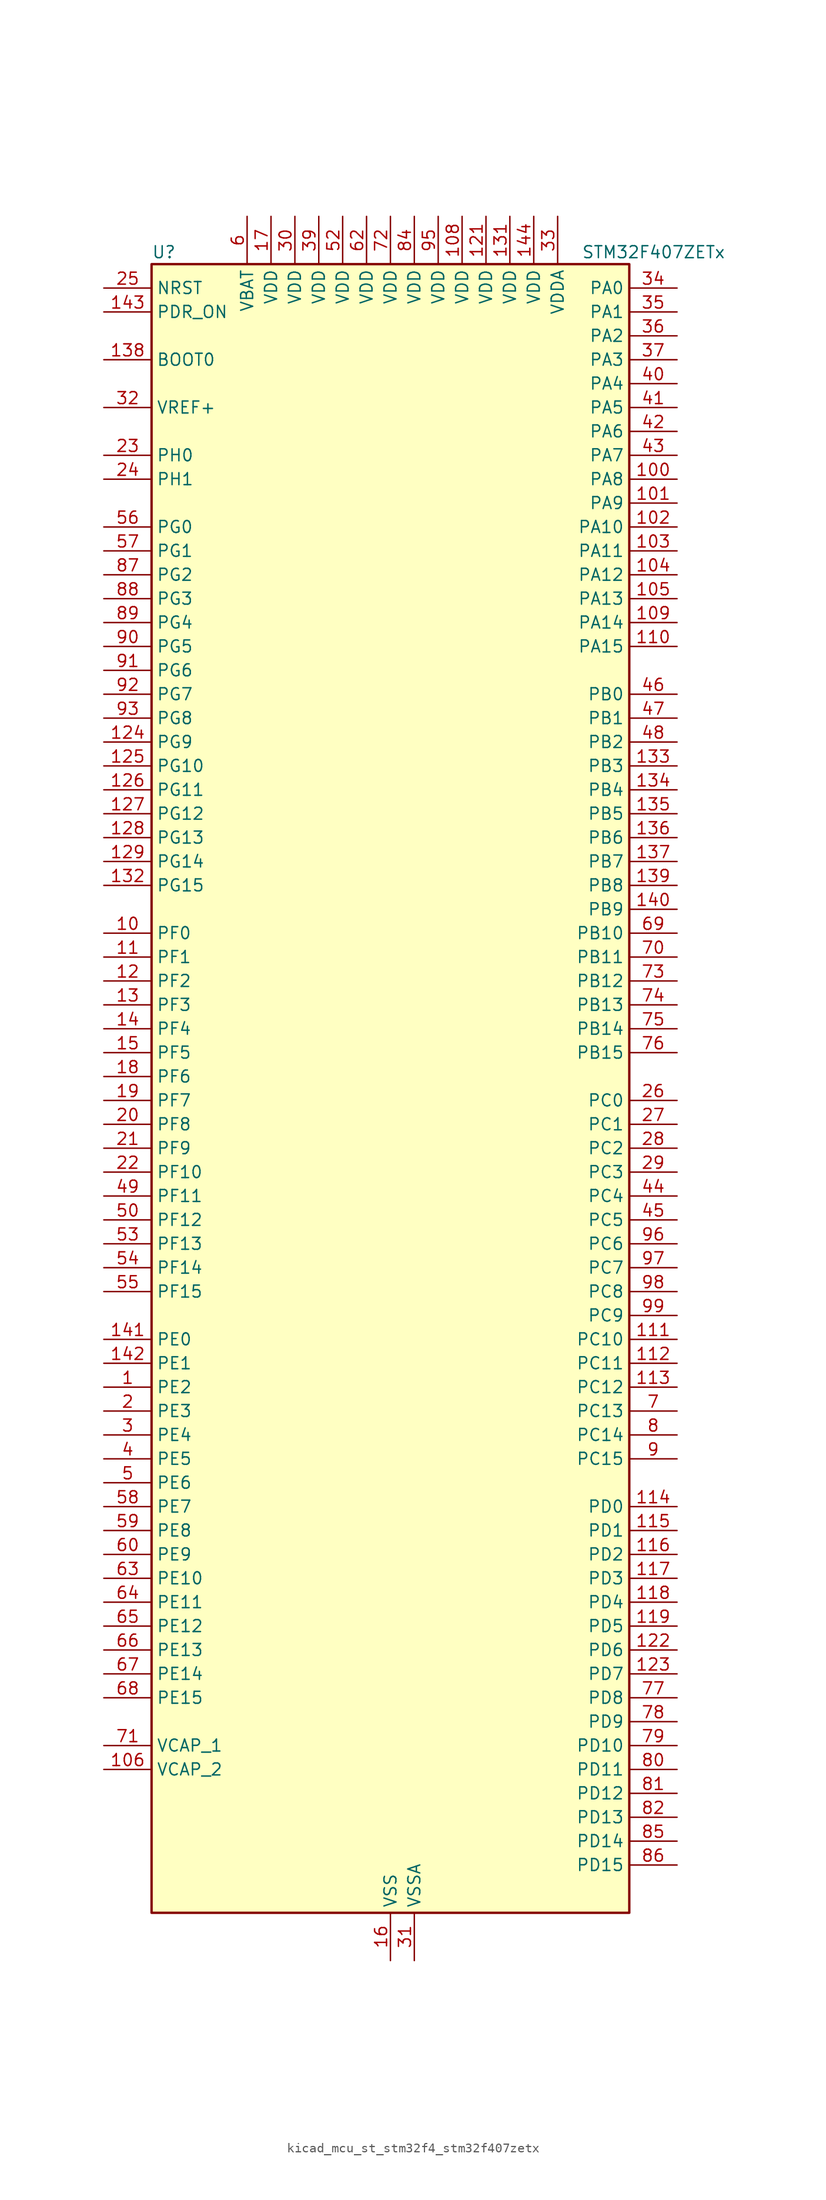
<source format=kicad_sym>
(kicad_symbol_lib
  (version 20220914)
  (generator kicad_symbol_editor)
  (symbol "kicad_mcu_st_stm32f4_stm32f407zetx"
    (property "Reference" "U"
      (at -25.4 90.17 0)
      (effects (font (size 1.27 1.27)) (justify left)))
    (property "Value" "STM32F407ZETx"
      (at 20.32 90.17 0)
      (effects (font (size 1.27 1.27)) (justify left)))
    (property "ki_locked" ""
      (at 0 0 0)
      (effects (font (size 1.27 1.27))))
    (symbol "kicad_mcu_st_stm32f4_stm32f407zetx_0_1"
      (rectangle (start -25.4 -86.36) (end 25.4 88.9) (stroke (width 0.254) (type default)) (fill (type background))))
    (symbol "kicad_mcu_st_stm32f4_stm32f407zetx_1_1"
      (pin bidirectional line (at -30.48 -30.48 0) (length 5.08) (name "PE2" (effects (font (size 1.27 1.27)))) (number "1" (effects (font (size 1.27 1.27)))) (alternate "ETH_TXD3" bidirectional line) (alternate "FSMC_A23" bidirectional line) (alternate "SYS_TRACECLK" bidirectional line))
      (pin bidirectional line (at -30.48 17.78 0) (length 5.08) (name "PF0" (effects (font (size 1.27 1.27)))) (number "10" (effects (font (size 1.27 1.27)))) (alternate "FSMC_A0" bidirectional line) (alternate "I2C2_SDA" bidirectional line))
      (pin bidirectional line (at 30.48 66.04 180) (length 5.08) (name "PA8" (effects (font (size 1.27 1.27)))) (number "100" (effects (font (size 1.27 1.27)))) (alternate "I2C3_SCL" bidirectional line) (alternate "RCC_MCO_1" bidirectional line) (alternate "TIM1_CH1" bidirectional line) (alternate "USART1_CK" bidirectional line) (alternate "USB_OTG_FS_SOF" bidirectional line))
      (pin bidirectional line (at 30.48 63.5 180) (length 5.08) (name "PA9" (effects (font (size 1.27 1.27)))) (number "101" (effects (font (size 1.27 1.27)))) (alternate "DAC_EXTI9" bidirectional line) (alternate "DCMI_D0" bidirectional line) (alternate "I2C3_SMBA" bidirectional line) (alternate "TIM1_CH2" bidirectional line) (alternate "USART1_TX" bidirectional line) (alternate "USB_OTG_FS_VBUS" bidirectional line))
      (pin bidirectional line (at 30.48 60.96 180) (length 5.08) (name "PA10" (effects (font (size 1.27 1.27)))) (number "102" (effects (font (size 1.27 1.27)))) (alternate "DCMI_D1" bidirectional line) (alternate "TIM1_CH3" bidirectional line) (alternate "USART1_RX" bidirectional line) (alternate "USB_OTG_FS_ID" bidirectional line))
      (pin bidirectional line (at 30.48 58.42 180) (length 5.08) (name "PA11" (effects (font (size 1.27 1.27)))) (number "103" (effects (font (size 1.27 1.27)))) (alternate "ADC1_EXTI11" bidirectional line) (alternate "ADC2_EXTI11" bidirectional line) (alternate "ADC3_EXTI11" bidirectional line) (alternate "CAN1_RX" bidirectional line) (alternate "TIM1_CH4" bidirectional line) (alternate "USART1_CTS" bidirectional line) (alternate "USB_OTG_FS_DM" bidirectional line))
      (pin bidirectional line (at 30.48 55.88 180) (length 5.08) (name "PA12" (effects (font (size 1.27 1.27)))) (number "104" (effects (font (size 1.27 1.27)))) (alternate "CAN1_TX" bidirectional line) (alternate "TIM1_ETR" bidirectional line) (alternate "USART1_RTS" bidirectional line) (alternate "USB_OTG_FS_DP" bidirectional line))
      (pin bidirectional line (at 30.48 53.34 180) (length 5.08) (name "PA13" (effects (font (size 1.27 1.27)))) (number "105" (effects (font (size 1.27 1.27)))) (alternate "SYS_JTMS-SWDIO" bidirectional line))
      (pin power_out line (at -30.48 -71.12 0) (length 5.08) (name "VCAP_2" (effects (font (size 1.27 1.27)))) (number "106" (effects (font (size 1.27 1.27)))))
      (pin passive line (at 0 -91.44 90) (length 5.08) hide (name "VSS" (effects (font (size 1.27 1.27)))) (number "107" (effects (font (size 1.27 1.27)))))
      (pin power_in line (at 7.62 93.98 270) (length 5.08) (name "VDD" (effects (font (size 1.27 1.27)))) (number "108" (effects (font (size 1.27 1.27)))))
      (pin bidirectional line (at 30.48 50.8 180) (length 5.08) (name "PA14" (effects (font (size 1.27 1.27)))) (number "109" (effects (font (size 1.27 1.27)))) (alternate "SYS_JTCK-SWCLK" bidirectional line))
      (pin bidirectional line (at -30.48 15.24 0) (length 5.08) (name "PF1" (effects (font (size 1.27 1.27)))) (number "11" (effects (font (size 1.27 1.27)))) (alternate "FSMC_A1" bidirectional line) (alternate "I2C2_SCL" bidirectional line))
      (pin bidirectional line (at 30.48 48.26 180) (length 5.08) (name "PA15" (effects (font (size 1.27 1.27)))) (number "110" (effects (font (size 1.27 1.27)))) (alternate "ADC1_EXTI15" bidirectional line) (alternate "ADC2_EXTI15" bidirectional line) (alternate "ADC3_EXTI15" bidirectional line) (alternate "I2S3_WS" bidirectional line) (alternate "SPI1_NSS" bidirectional line) (alternate "SPI3_NSS" bidirectional line) (alternate "SYS_JTDI" bidirectional line) (alternate "TIM2_CH1" bidirectional line) (alternate "TIM2_ETR" bidirectional line))
      (pin bidirectional line (at 30.48 -25.4 180) (length 5.08) (name "PC10" (effects (font (size 1.27 1.27)))) (number "111" (effects (font (size 1.27 1.27)))) (alternate "DCMI_D8" bidirectional line) (alternate "I2S3_CK" bidirectional line) (alternate "SDIO_D2" bidirectional line) (alternate "SPI3_SCK" bidirectional line) (alternate "UART4_TX" bidirectional line) (alternate "USART3_TX" bidirectional line))
      (pin bidirectional line (at 30.48 -27.94 180) (length 5.08) (name "PC11" (effects (font (size 1.27 1.27)))) (number "112" (effects (font (size 1.27 1.27)))) (alternate "ADC1_EXTI11" bidirectional line) (alternate "ADC2_EXTI11" bidirectional line) (alternate "ADC3_EXTI11" bidirectional line) (alternate "DCMI_D4" bidirectional line) (alternate "I2S3_ext_SD" bidirectional line) (alternate "SDIO_D3" bidirectional line) (alternate "SPI3_MISO" bidirectional line) (alternate "UART4_RX" bidirectional line) (alternate "USART3_RX" bidirectional line))
      (pin bidirectional line (at 30.48 -30.48 180) (length 5.08) (name "PC12" (effects (font (size 1.27 1.27)))) (number "113" (effects (font (size 1.27 1.27)))) (alternate "DCMI_D9" bidirectional line) (alternate "I2S3_SD" bidirectional line) (alternate "SDIO_CK" bidirectional line) (alternate "SPI3_MOSI" bidirectional line) (alternate "UART5_TX" bidirectional line) (alternate "USART3_CK" bidirectional line))
      (pin bidirectional line (at 30.48 -43.18 180) (length 5.08) (name "PD0" (effects (font (size 1.27 1.27)))) (number "114" (effects (font (size 1.27 1.27)))) (alternate "CAN1_RX" bidirectional line) (alternate "FSMC_D2" bidirectional line) (alternate "FSMC_DA2" bidirectional line))
      (pin bidirectional line (at 30.48 -45.72 180) (length 5.08) (name "PD1" (effects (font (size 1.27 1.27)))) (number "115" (effects (font (size 1.27 1.27)))) (alternate "CAN1_TX" bidirectional line) (alternate "FSMC_D3" bidirectional line) (alternate "FSMC_DA3" bidirectional line))
      (pin bidirectional line (at 30.48 -48.26 180) (length 5.08) (name "PD2" (effects (font (size 1.27 1.27)))) (number "116" (effects (font (size 1.27 1.27)))) (alternate "DCMI_D11" bidirectional line) (alternate "SDIO_CMD" bidirectional line) (alternate "TIM3_ETR" bidirectional line) (alternate "UART5_RX" bidirectional line))
      (pin bidirectional line (at 30.48 -50.8 180) (length 5.08) (name "PD3" (effects (font (size 1.27 1.27)))) (number "117" (effects (font (size 1.27 1.27)))) (alternate "FSMC_CLK" bidirectional line) (alternate "USART2_CTS" bidirectional line))
      (pin bidirectional line (at 30.48 -53.34 180) (length 5.08) (name "PD4" (effects (font (size 1.27 1.27)))) (number "118" (effects (font (size 1.27 1.27)))) (alternate "FSMC_NOE" bidirectional line) (alternate "USART2_RTS" bidirectional line))
      (pin bidirectional line (at 30.48 -55.88 180) (length 5.08) (name "PD5" (effects (font (size 1.27 1.27)))) (number "119" (effects (font (size 1.27 1.27)))) (alternate "FSMC_NWE" bidirectional line) (alternate "USART2_TX" bidirectional line))
      (pin bidirectional line (at -30.48 12.7 0) (length 5.08) (name "PF2" (effects (font (size 1.27 1.27)))) (number "12" (effects (font (size 1.27 1.27)))) (alternate "FSMC_A2" bidirectional line) (alternate "I2C2_SMBA" bidirectional line))
      (pin passive line (at 0 -91.44 90) (length 5.08) hide (name "VSS" (effects (font (size 1.27 1.27)))) (number "120" (effects (font (size 1.27 1.27)))))
      (pin power_in line (at 10.16 93.98 270) (length 5.08) (name "VDD" (effects (font (size 1.27 1.27)))) (number "121" (effects (font (size 1.27 1.27)))))
      (pin bidirectional line (at 30.48 -58.42 180) (length 5.08) (name "PD6" (effects (font (size 1.27 1.27)))) (number "122" (effects (font (size 1.27 1.27)))) (alternate "FSMC_NWAIT" bidirectional line) (alternate "USART2_RX" bidirectional line))
      (pin bidirectional line (at 30.48 -60.96 180) (length 5.08) (name "PD7" (effects (font (size 1.27 1.27)))) (number "123" (effects (font (size 1.27 1.27)))) (alternate "FSMC_NCE2" bidirectional line) (alternate "FSMC_NE1" bidirectional line) (alternate "USART2_CK" bidirectional line))
      (pin bidirectional line (at -30.48 38.1 0) (length 5.08) (name "PG9" (effects (font (size 1.27 1.27)))) (number "124" (effects (font (size 1.27 1.27)))) (alternate "DAC_EXTI9" bidirectional line) (alternate "FSMC_NCE3" bidirectional line) (alternate "FSMC_NE2" bidirectional line) (alternate "USART6_RX" bidirectional line))
      (pin bidirectional line (at -30.48 35.56 0) (length 5.08) (name "PG10" (effects (font (size 1.27 1.27)))) (number "125" (effects (font (size 1.27 1.27)))) (alternate "FSMC_NCE4_1" bidirectional line) (alternate "FSMC_NE3" bidirectional line))
      (pin bidirectional line (at -30.48 33.02 0) (length 5.08) (name "PG11" (effects (font (size 1.27 1.27)))) (number "126" (effects (font (size 1.27 1.27)))) (alternate "ADC1_EXTI11" bidirectional line) (alternate "ADC2_EXTI11" bidirectional line) (alternate "ADC3_EXTI11" bidirectional line) (alternate "ETH_TX_EN" bidirectional line) (alternate "FSMC_NCE4_2" bidirectional line))
      (pin bidirectional line (at -30.48 30.48 0) (length 5.08) (name "PG12" (effects (font (size 1.27 1.27)))) (number "127" (effects (font (size 1.27 1.27)))) (alternate "FSMC_NE4" bidirectional line) (alternate "USART6_RTS" bidirectional line))
      (pin bidirectional line (at -30.48 27.94 0) (length 5.08) (name "PG13" (effects (font (size 1.27 1.27)))) (number "128" (effects (font (size 1.27 1.27)))) (alternate "ETH_TXD0" bidirectional line) (alternate "FSMC_A24" bidirectional line) (alternate "USART6_CTS" bidirectional line))
      (pin bidirectional line (at -30.48 25.4 0) (length 5.08) (name "PG14" (effects (font (size 1.27 1.27)))) (number "129" (effects (font (size 1.27 1.27)))) (alternate "ETH_TXD1" bidirectional line) (alternate "FSMC_A25" bidirectional line) (alternate "USART6_TX" bidirectional line))
      (pin bidirectional line (at -30.48 10.16 0) (length 5.08) (name "PF3" (effects (font (size 1.27 1.27)))) (number "13" (effects (font (size 1.27 1.27)))) (alternate "ADC3_IN9" bidirectional line) (alternate "FSMC_A3" bidirectional line))
      (pin passive line (at 0 -91.44 90) (length 5.08) hide (name "VSS" (effects (font (size 1.27 1.27)))) (number "130" (effects (font (size 1.27 1.27)))))
      (pin power_in line (at 12.7 93.98 270) (length 5.08) (name "VDD" (effects (font (size 1.27 1.27)))) (number "131" (effects (font (size 1.27 1.27)))))
      (pin bidirectional line (at -30.48 22.86 0) (length 5.08) (name "PG15" (effects (font (size 1.27 1.27)))) (number "132" (effects (font (size 1.27 1.27)))) (alternate "ADC1_EXTI15" bidirectional line) (alternate "ADC2_EXTI15" bidirectional line) (alternate "ADC3_EXTI15" bidirectional line) (alternate "DCMI_D13" bidirectional line) (alternate "USART6_CTS" bidirectional line))
      (pin bidirectional line (at 30.48 35.56 180) (length 5.08) (name "PB3" (effects (font (size 1.27 1.27)))) (number "133" (effects (font (size 1.27 1.27)))) (alternate "I2S3_CK" bidirectional line) (alternate "SPI1_SCK" bidirectional line) (alternate "SPI3_SCK" bidirectional line) (alternate "SYS_JTDO-SWO" bidirectional line) (alternate "TIM2_CH2" bidirectional line))
      (pin bidirectional line (at 30.48 33.02 180) (length 5.08) (name "PB4" (effects (font (size 1.27 1.27)))) (number "134" (effects (font (size 1.27 1.27)))) (alternate "I2S3_ext_SD" bidirectional line) (alternate "SPI1_MISO" bidirectional line) (alternate "SPI3_MISO" bidirectional line) (alternate "SYS_JTRST" bidirectional line) (alternate "TIM3_CH1" bidirectional line))
      (pin bidirectional line (at 30.48 30.48 180) (length 5.08) (name "PB5" (effects (font (size 1.27 1.27)))) (number "135" (effects (font (size 1.27 1.27)))) (alternate "CAN2_RX" bidirectional line) (alternate "DCMI_D10" bidirectional line) (alternate "ETH_PPS_OUT" bidirectional line) (alternate "I2C1_SMBA" bidirectional line) (alternate "I2S3_SD" bidirectional line) (alternate "SPI1_MOSI" bidirectional line) (alternate "SPI3_MOSI" bidirectional line) (alternate "TIM3_CH2" bidirectional line) (alternate "USB_OTG_HS_ULPI_D7" bidirectional line))
      (pin bidirectional line (at 30.48 27.94 180) (length 5.08) (name "PB6" (effects (font (size 1.27 1.27)))) (number "136" (effects (font (size 1.27 1.27)))) (alternate "CAN2_TX" bidirectional line) (alternate "DCMI_D5" bidirectional line) (alternate "I2C1_SCL" bidirectional line) (alternate "TIM4_CH1" bidirectional line) (alternate "USART1_TX" bidirectional line))
      (pin bidirectional line (at 30.48 25.4 180) (length 5.08) (name "PB7" (effects (font (size 1.27 1.27)))) (number "137" (effects (font (size 1.27 1.27)))) (alternate "DCMI_VSYNC" bidirectional line) (alternate "FSMC_NL" bidirectional line) (alternate "I2C1_SDA" bidirectional line) (alternate "TIM4_CH2" bidirectional line) (alternate "USART1_RX" bidirectional line))
      (pin input line (at -30.48 78.74 0) (length 5.08) (name "BOOT0" (effects (font (size 1.27 1.27)))) (number "138" (effects (font (size 1.27 1.27)))))
      (pin bidirectional line (at 30.48 22.86 180) (length 5.08) (name "PB8" (effects (font (size 1.27 1.27)))) (number "139" (effects (font (size 1.27 1.27)))) (alternate "CAN1_RX" bidirectional line) (alternate "DCMI_D6" bidirectional line) (alternate "ETH_TXD3" bidirectional line) (alternate "I2C1_SCL" bidirectional line) (alternate "SDIO_D4" bidirectional line) (alternate "TIM10_CH1" bidirectional line) (alternate "TIM4_CH3" bidirectional line))
      (pin bidirectional line (at -30.48 7.62 0) (length 5.08) (name "PF4" (effects (font (size 1.27 1.27)))) (number "14" (effects (font (size 1.27 1.27)))) (alternate "ADC3_IN14" bidirectional line) (alternate "FSMC_A4" bidirectional line))
      (pin bidirectional line (at 30.48 20.32 180) (length 5.08) (name "PB9" (effects (font (size 1.27 1.27)))) (number "140" (effects (font (size 1.27 1.27)))) (alternate "CAN1_TX" bidirectional line) (alternate "DAC_EXTI9" bidirectional line) (alternate "DCMI_D7" bidirectional line) (alternate "I2C1_SDA" bidirectional line) (alternate "I2S2_WS" bidirectional line) (alternate "SDIO_D5" bidirectional line) (alternate "SPI2_NSS" bidirectional line) (alternate "TIM11_CH1" bidirectional line) (alternate "TIM4_CH4" bidirectional line))
      (pin bidirectional line (at -30.48 -25.4 0) (length 5.08) (name "PE0" (effects (font (size 1.27 1.27)))) (number "141" (effects (font (size 1.27 1.27)))) (alternate "DCMI_D2" bidirectional line) (alternate "FSMC_NBL0" bidirectional line) (alternate "TIM4_ETR" bidirectional line))
      (pin bidirectional line (at -30.48 -27.94 0) (length 5.08) (name "PE1" (effects (font (size 1.27 1.27)))) (number "142" (effects (font (size 1.27 1.27)))) (alternate "DCMI_D3" bidirectional line) (alternate "FSMC_NBL1" bidirectional line))
      (pin input line (at -30.48 83.82 0) (length 5.08) (name "PDR_ON" (effects (font (size 1.27 1.27)))) (number "143" (effects (font (size 1.27 1.27)))))
      (pin power_in line (at 15.24 93.98 270) (length 5.08) (name "VDD" (effects (font (size 1.27 1.27)))) (number "144" (effects (font (size 1.27 1.27)))))
      (pin bidirectional line (at -30.48 5.08 0) (length 5.08) (name "PF5" (effects (font (size 1.27 1.27)))) (number "15" (effects (font (size 1.27 1.27)))) (alternate "ADC3_IN15" bidirectional line) (alternate "FSMC_A5" bidirectional line))
      (pin power_in line (at 0 -91.44 90) (length 5.08) (name "VSS" (effects (font (size 1.27 1.27)))) (number "16" (effects (font (size 1.27 1.27)))))
      (pin power_in line (at -12.7 93.98 270) (length 5.08) (name "VDD" (effects (font (size 1.27 1.27)))) (number "17" (effects (font (size 1.27 1.27)))))
      (pin bidirectional line (at -30.48 2.54 0) (length 5.08) (name "PF6" (effects (font (size 1.27 1.27)))) (number "18" (effects (font (size 1.27 1.27)))) (alternate "ADC3_IN4" bidirectional line) (alternate "FSMC_NIORD" bidirectional line) (alternate "TIM10_CH1" bidirectional line))
      (pin bidirectional line (at -30.48 0 0) (length 5.08) (name "PF7" (effects (font (size 1.27 1.27)))) (number "19" (effects (font (size 1.27 1.27)))) (alternate "ADC3_IN5" bidirectional line) (alternate "FSMC_NREG" bidirectional line) (alternate "TIM11_CH1" bidirectional line))
      (pin bidirectional line (at -30.48 -33.02 0) (length 5.08) (name "PE3" (effects (font (size 1.27 1.27)))) (number "2" (effects (font (size 1.27 1.27)))) (alternate "FSMC_A19" bidirectional line) (alternate "SYS_TRACED0" bidirectional line))
      (pin bidirectional line (at -30.48 -2.54 0) (length 5.08) (name "PF8" (effects (font (size 1.27 1.27)))) (number "20" (effects (font (size 1.27 1.27)))) (alternate "ADC3_IN6" bidirectional line) (alternate "FSMC_NIOWR" bidirectional line) (alternate "TIM13_CH1" bidirectional line))
      (pin bidirectional line (at -30.48 -5.08 0) (length 5.08) (name "PF9" (effects (font (size 1.27 1.27)))) (number "21" (effects (font (size 1.27 1.27)))) (alternate "ADC3_IN7" bidirectional line) (alternate "DAC_EXTI9" bidirectional line) (alternate "FSMC_CD" bidirectional line) (alternate "TIM14_CH1" bidirectional line))
      (pin bidirectional line (at -30.48 -7.62 0) (length 5.08) (name "PF10" (effects (font (size 1.27 1.27)))) (number "22" (effects (font (size 1.27 1.27)))) (alternate "ADC3_IN8" bidirectional line) (alternate "FSMC_INTR" bidirectional line))
      (pin bidirectional line (at -30.48 68.58 0) (length 5.08) (name "PH0" (effects (font (size 1.27 1.27)))) (number "23" (effects (font (size 1.27 1.27)))) (alternate "RCC_OSC_IN" bidirectional line))
      (pin bidirectional line (at -30.48 66.04 0) (length 5.08) (name "PH1" (effects (font (size 1.27 1.27)))) (number "24" (effects (font (size 1.27 1.27)))) (alternate "RCC_OSC_OUT" bidirectional line))
      (pin input line (at -30.48 86.36 0) (length 5.08) (name "NRST" (effects (font (size 1.27 1.27)))) (number "25" (effects (font (size 1.27 1.27)))))
      (pin bidirectional line (at 30.48 0 180) (length 5.08) (name "PC0" (effects (font (size 1.27 1.27)))) (number "26" (effects (font (size 1.27 1.27)))) (alternate "ADC1_IN10" bidirectional line) (alternate "ADC2_IN10" bidirectional line) (alternate "ADC3_IN10" bidirectional line) (alternate "USB_OTG_HS_ULPI_STP" bidirectional line))
      (pin bidirectional line (at 30.48 -2.54 180) (length 5.08) (name "PC1" (effects (font (size 1.27 1.27)))) (number "27" (effects (font (size 1.27 1.27)))) (alternate "ADC1_IN11" bidirectional line) (alternate "ADC2_IN11" bidirectional line) (alternate "ADC3_IN11" bidirectional line) (alternate "ETH_MDC" bidirectional line))
      (pin bidirectional line (at 30.48 -5.08 180) (length 5.08) (name "PC2" (effects (font (size 1.27 1.27)))) (number "28" (effects (font (size 1.27 1.27)))) (alternate "ADC1_IN12" bidirectional line) (alternate "ADC2_IN12" bidirectional line) (alternate "ADC3_IN12" bidirectional line) (alternate "ETH_TXD2" bidirectional line) (alternate "I2S2_ext_SD" bidirectional line) (alternate "SPI2_MISO" bidirectional line) (alternate "USB_OTG_HS_ULPI_DIR" bidirectional line))
      (pin bidirectional line (at 30.48 -7.62 180) (length 5.08) (name "PC3" (effects (font (size 1.27 1.27)))) (number "29" (effects (font (size 1.27 1.27)))) (alternate "ADC1_IN13" bidirectional line) (alternate "ADC2_IN13" bidirectional line) (alternate "ADC3_IN13" bidirectional line) (alternate "ETH_TX_CLK" bidirectional line) (alternate "I2S2_SD" bidirectional line) (alternate "SPI2_MOSI" bidirectional line) (alternate "USB_OTG_HS_ULPI_NXT" bidirectional line))
      (pin bidirectional line (at -30.48 -35.56 0) (length 5.08) (name "PE4" (effects (font (size 1.27 1.27)))) (number "3" (effects (font (size 1.27 1.27)))) (alternate "DCMI_D4" bidirectional line) (alternate "FSMC_A20" bidirectional line) (alternate "SYS_TRACED1" bidirectional line))
      (pin power_in line (at -10.16 93.98 270) (length 5.08) (name "VDD" (effects (font (size 1.27 1.27)))) (number "30" (effects (font (size 1.27 1.27)))))
      (pin power_in line (at 2.54 -91.44 90) (length 5.08) (name "VSSA" (effects (font (size 1.27 1.27)))) (number "31" (effects (font (size 1.27 1.27)))))
      (pin input line (at -30.48 73.66 0) (length 5.08) (name "VREF+" (effects (font (size 1.27 1.27)))) (number "32" (effects (font (size 1.27 1.27)))))
      (pin power_in line (at 17.78 93.98 270) (length 5.08) (name "VDDA" (effects (font (size 1.27 1.27)))) (number "33" (effects (font (size 1.27 1.27)))))
      (pin bidirectional line (at 30.48 86.36 180) (length 5.08) (name "PA0" (effects (font (size 1.27 1.27)))) (number "34" (effects (font (size 1.27 1.27)))) (alternate "ADC1_IN0" bidirectional line) (alternate "ADC2_IN0" bidirectional line) (alternate "ADC3_IN0" bidirectional line) (alternate "ETH_CRS" bidirectional line) (alternate "SYS_WKUP" bidirectional line) (alternate "TIM2_CH1" bidirectional line) (alternate "TIM2_ETR" bidirectional line) (alternate "TIM5_CH1" bidirectional line) (alternate "TIM8_ETR" bidirectional line) (alternate "UART4_TX" bidirectional line) (alternate "USART2_CTS" bidirectional line))
      (pin bidirectional line (at 30.48 83.82 180) (length 5.08) (name "PA1" (effects (font (size 1.27 1.27)))) (number "35" (effects (font (size 1.27 1.27)))) (alternate "ADC1_IN1" bidirectional line) (alternate "ADC2_IN1" bidirectional line) (alternate "ADC3_IN1" bidirectional line) (alternate "ETH_REF_CLK" bidirectional line) (alternate "ETH_RX_CLK" bidirectional line) (alternate "TIM2_CH2" bidirectional line) (alternate "TIM5_CH2" bidirectional line) (alternate "UART4_RX" bidirectional line) (alternate "USART2_RTS" bidirectional line))
      (pin bidirectional line (at 30.48 81.28 180) (length 5.08) (name "PA2" (effects (font (size 1.27 1.27)))) (number "36" (effects (font (size 1.27 1.27)))) (alternate "ADC1_IN2" bidirectional line) (alternate "ADC2_IN2" bidirectional line) (alternate "ADC3_IN2" bidirectional line) (alternate "ETH_MDIO" bidirectional line) (alternate "TIM2_CH3" bidirectional line) (alternate "TIM5_CH3" bidirectional line) (alternate "TIM9_CH1" bidirectional line) (alternate "USART2_TX" bidirectional line))
      (pin bidirectional line (at 30.48 78.74 180) (length 5.08) (name "PA3" (effects (font (size 1.27 1.27)))) (number "37" (effects (font (size 1.27 1.27)))) (alternate "ADC1_IN3" bidirectional line) (alternate "ADC2_IN3" bidirectional line) (alternate "ADC3_IN3" bidirectional line) (alternate "ETH_COL" bidirectional line) (alternate "TIM2_CH4" bidirectional line) (alternate "TIM5_CH4" bidirectional line) (alternate "TIM9_CH2" bidirectional line) (alternate "USART2_RX" bidirectional line) (alternate "USB_OTG_HS_ULPI_D0" bidirectional line))
      (pin passive line (at 0 -91.44 90) (length 5.08) hide (name "VSS" (effects (font (size 1.27 1.27)))) (number "38" (effects (font (size 1.27 1.27)))))
      (pin power_in line (at -7.62 93.98 270) (length 5.08) (name "VDD" (effects (font (size 1.27 1.27)))) (number "39" (effects (font (size 1.27 1.27)))))
      (pin bidirectional line (at -30.48 -38.1 0) (length 5.08) (name "PE5" (effects (font (size 1.27 1.27)))) (number "4" (effects (font (size 1.27 1.27)))) (alternate "DCMI_D6" bidirectional line) (alternate "FSMC_A21" bidirectional line) (alternate "SYS_TRACED2" bidirectional line) (alternate "TIM9_CH1" bidirectional line))
      (pin bidirectional line (at 30.48 76.2 180) (length 5.08) (name "PA4" (effects (font (size 1.27 1.27)))) (number "40" (effects (font (size 1.27 1.27)))) (alternate "ADC1_IN4" bidirectional line) (alternate "ADC2_IN4" bidirectional line) (alternate "DAC_OUT1" bidirectional line) (alternate "DCMI_HSYNC" bidirectional line) (alternate "I2S3_WS" bidirectional line) (alternate "SPI1_NSS" bidirectional line) (alternate "SPI3_NSS" bidirectional line) (alternate "USART2_CK" bidirectional line) (alternate "USB_OTG_HS_SOF" bidirectional line))
      (pin bidirectional line (at 30.48 73.66 180) (length 5.08) (name "PA5" (effects (font (size 1.27 1.27)))) (number "41" (effects (font (size 1.27 1.27)))) (alternate "ADC1_IN5" bidirectional line) (alternate "ADC2_IN5" bidirectional line) (alternate "DAC_OUT2" bidirectional line) (alternate "SPI1_SCK" bidirectional line) (alternate "TIM2_CH1" bidirectional line) (alternate "TIM2_ETR" bidirectional line) (alternate "TIM8_CH1N" bidirectional line) (alternate "USB_OTG_HS_ULPI_CK" bidirectional line))
      (pin bidirectional line (at 30.48 71.12 180) (length 5.08) (name "PA6" (effects (font (size 1.27 1.27)))) (number "42" (effects (font (size 1.27 1.27)))) (alternate "ADC1_IN6" bidirectional line) (alternate "ADC2_IN6" bidirectional line) (alternate "DCMI_PIXCLK" bidirectional line) (alternate "SPI1_MISO" bidirectional line) (alternate "TIM13_CH1" bidirectional line) (alternate "TIM1_BKIN" bidirectional line) (alternate "TIM3_CH1" bidirectional line) (alternate "TIM8_BKIN" bidirectional line))
      (pin bidirectional line (at 30.48 68.58 180) (length 5.08) (name "PA7" (effects (font (size 1.27 1.27)))) (number "43" (effects (font (size 1.27 1.27)))) (alternate "ADC1_IN7" bidirectional line) (alternate "ADC2_IN7" bidirectional line) (alternate "ETH_CRS_DV" bidirectional line) (alternate "ETH_RX_DV" bidirectional line) (alternate "SPI1_MOSI" bidirectional line) (alternate "TIM14_CH1" bidirectional line) (alternate "TIM1_CH1N" bidirectional line) (alternate "TIM3_CH2" bidirectional line) (alternate "TIM8_CH1N" bidirectional line))
      (pin bidirectional line (at 30.48 -10.16 180) (length 5.08) (name "PC4" (effects (font (size 1.27 1.27)))) (number "44" (effects (font (size 1.27 1.27)))) (alternate "ADC1_IN14" bidirectional line) (alternate "ADC2_IN14" bidirectional line) (alternate "ETH_RXD0" bidirectional line))
      (pin bidirectional line (at 30.48 -12.7 180) (length 5.08) (name "PC5" (effects (font (size 1.27 1.27)))) (number "45" (effects (font (size 1.27 1.27)))) (alternate "ADC1_IN15" bidirectional line) (alternate "ADC2_IN15" bidirectional line) (alternate "ETH_RXD1" bidirectional line))
      (pin bidirectional line (at 30.48 43.18 180) (length 5.08) (name "PB0" (effects (font (size 1.27 1.27)))) (number "46" (effects (font (size 1.27 1.27)))) (alternate "ADC1_IN8" bidirectional line) (alternate "ADC2_IN8" bidirectional line) (alternate "ETH_RXD2" bidirectional line) (alternate "TIM1_CH2N" bidirectional line) (alternate "TIM3_CH3" bidirectional line) (alternate "TIM8_CH2N" bidirectional line) (alternate "USB_OTG_HS_ULPI_D1" bidirectional line))
      (pin bidirectional line (at 30.48 40.64 180) (length 5.08) (name "PB1" (effects (font (size 1.27 1.27)))) (number "47" (effects (font (size 1.27 1.27)))) (alternate "ADC1_IN9" bidirectional line) (alternate "ADC2_IN9" bidirectional line) (alternate "ETH_RXD3" bidirectional line) (alternate "TIM1_CH3N" bidirectional line) (alternate "TIM3_CH4" bidirectional line) (alternate "TIM8_CH3N" bidirectional line) (alternate "USB_OTG_HS_ULPI_D2" bidirectional line))
      (pin bidirectional line (at 30.48 38.1 180) (length 5.08) (name "PB2" (effects (font (size 1.27 1.27)))) (number "48" (effects (font (size 1.27 1.27)))))
      (pin bidirectional line (at -30.48 -10.16 0) (length 5.08) (name "PF11" (effects (font (size 1.27 1.27)))) (number "49" (effects (font (size 1.27 1.27)))) (alternate "ADC1_EXTI11" bidirectional line) (alternate "ADC2_EXTI11" bidirectional line) (alternate "ADC3_EXTI11" bidirectional line) (alternate "DCMI_D12" bidirectional line))
      (pin bidirectional line (at -30.48 -40.64 0) (length 5.08) (name "PE6" (effects (font (size 1.27 1.27)))) (number "5" (effects (font (size 1.27 1.27)))) (alternate "DCMI_D7" bidirectional line) (alternate "FSMC_A22" bidirectional line) (alternate "SYS_TRACED3" bidirectional line) (alternate "TIM9_CH2" bidirectional line))
      (pin bidirectional line (at -30.48 -12.7 0) (length 5.08) (name "PF12" (effects (font (size 1.27 1.27)))) (number "50" (effects (font (size 1.27 1.27)))) (alternate "FSMC_A6" bidirectional line))
      (pin passive line (at 0 -91.44 90) (length 5.08) hide (name "VSS" (effects (font (size 1.27 1.27)))) (number "51" (effects (font (size 1.27 1.27)))))
      (pin power_in line (at -5.08 93.98 270) (length 5.08) (name "VDD" (effects (font (size 1.27 1.27)))) (number "52" (effects (font (size 1.27 1.27)))))
      (pin bidirectional line (at -30.48 -15.24 0) (length 5.08) (name "PF13" (effects (font (size 1.27 1.27)))) (number "53" (effects (font (size 1.27 1.27)))) (alternate "FSMC_A7" bidirectional line))
      (pin bidirectional line (at -30.48 -17.78 0) (length 5.08) (name "PF14" (effects (font (size 1.27 1.27)))) (number "54" (effects (font (size 1.27 1.27)))) (alternate "FSMC_A8" bidirectional line))
      (pin bidirectional line (at -30.48 -20.32 0) (length 5.08) (name "PF15" (effects (font (size 1.27 1.27)))) (number "55" (effects (font (size 1.27 1.27)))) (alternate "ADC1_EXTI15" bidirectional line) (alternate "ADC2_EXTI15" bidirectional line) (alternate "ADC3_EXTI15" bidirectional line) (alternate "FSMC_A9" bidirectional line))
      (pin bidirectional line (at -30.48 60.96 0) (length 5.08) (name "PG0" (effects (font (size 1.27 1.27)))) (number "56" (effects (font (size 1.27 1.27)))) (alternate "FSMC_A10" bidirectional line))
      (pin bidirectional line (at -30.48 58.42 0) (length 5.08) (name "PG1" (effects (font (size 1.27 1.27)))) (number "57" (effects (font (size 1.27 1.27)))) (alternate "FSMC_A11" bidirectional line))
      (pin bidirectional line (at -30.48 -43.18 0) (length 5.08) (name "PE7" (effects (font (size 1.27 1.27)))) (number "58" (effects (font (size 1.27 1.27)))) (alternate "FSMC_D4" bidirectional line) (alternate "FSMC_DA4" bidirectional line) (alternate "TIM1_ETR" bidirectional line))
      (pin bidirectional line (at -30.48 -45.72 0) (length 5.08) (name "PE8" (effects (font (size 1.27 1.27)))) (number "59" (effects (font (size 1.27 1.27)))) (alternate "FSMC_D5" bidirectional line) (alternate "FSMC_DA5" bidirectional line) (alternate "TIM1_CH1N" bidirectional line))
      (pin power_in line (at -15.24 93.98 270) (length 5.08) (name "VBAT" (effects (font (size 1.27 1.27)))) (number "6" (effects (font (size 1.27 1.27)))))
      (pin bidirectional line (at -30.48 -48.26 0) (length 5.08) (name "PE9" (effects (font (size 1.27 1.27)))) (number "60" (effects (font (size 1.27 1.27)))) (alternate "DAC_EXTI9" bidirectional line) (alternate "FSMC_D6" bidirectional line) (alternate "FSMC_DA6" bidirectional line) (alternate "TIM1_CH1" bidirectional line))
      (pin passive line (at 0 -91.44 90) (length 5.08) hide (name "VSS" (effects (font (size 1.27 1.27)))) (number "61" (effects (font (size 1.27 1.27)))))
      (pin power_in line (at -2.54 93.98 270) (length 5.08) (name "VDD" (effects (font (size 1.27 1.27)))) (number "62" (effects (font (size 1.27 1.27)))))
      (pin bidirectional line (at -30.48 -50.8 0) (length 5.08) (name "PE10" (effects (font (size 1.27 1.27)))) (number "63" (effects (font (size 1.27 1.27)))) (alternate "FSMC_D7" bidirectional line) (alternate "FSMC_DA7" bidirectional line) (alternate "TIM1_CH2N" bidirectional line))
      (pin bidirectional line (at -30.48 -53.34 0) (length 5.08) (name "PE11" (effects (font (size 1.27 1.27)))) (number "64" (effects (font (size 1.27 1.27)))) (alternate "ADC1_EXTI11" bidirectional line) (alternate "ADC2_EXTI11" bidirectional line) (alternate "ADC3_EXTI11" bidirectional line) (alternate "FSMC_D8" bidirectional line) (alternate "FSMC_DA8" bidirectional line) (alternate "TIM1_CH2" bidirectional line))
      (pin bidirectional line (at -30.48 -55.88 0) (length 5.08) (name "PE12" (effects (font (size 1.27 1.27)))) (number "65" (effects (font (size 1.27 1.27)))) (alternate "FSMC_D9" bidirectional line) (alternate "FSMC_DA9" bidirectional line) (alternate "TIM1_CH3N" bidirectional line))
      (pin bidirectional line (at -30.48 -58.42 0) (length 5.08) (name "PE13" (effects (font (size 1.27 1.27)))) (number "66" (effects (font (size 1.27 1.27)))) (alternate "FSMC_D10" bidirectional line) (alternate "FSMC_DA10" bidirectional line) (alternate "TIM1_CH3" bidirectional line))
      (pin bidirectional line (at -30.48 -60.96 0) (length 5.08) (name "PE14" (effects (font (size 1.27 1.27)))) (number "67" (effects (font (size 1.27 1.27)))) (alternate "FSMC_D11" bidirectional line) (alternate "FSMC_DA11" bidirectional line) (alternate "TIM1_CH4" bidirectional line))
      (pin bidirectional line (at -30.48 -63.5 0) (length 5.08) (name "PE15" (effects (font (size 1.27 1.27)))) (number "68" (effects (font (size 1.27 1.27)))) (alternate "ADC1_EXTI15" bidirectional line) (alternate "ADC2_EXTI15" bidirectional line) (alternate "ADC3_EXTI15" bidirectional line) (alternate "FSMC_D12" bidirectional line) (alternate "FSMC_DA12" bidirectional line) (alternate "TIM1_BKIN" bidirectional line))
      (pin bidirectional line (at 30.48 17.78 180) (length 5.08) (name "PB10" (effects (font (size 1.27 1.27)))) (number "69" (effects (font (size 1.27 1.27)))) (alternate "ETH_RX_ER" bidirectional line) (alternate "I2C2_SCL" bidirectional line) (alternate "I2S2_CK" bidirectional line) (alternate "SPI2_SCK" bidirectional line) (alternate "TIM2_CH3" bidirectional line) (alternate "USART3_TX" bidirectional line) (alternate "USB_OTG_HS_ULPI_D3" bidirectional line))
      (pin bidirectional line (at 30.48 -33.02 180) (length 5.08) (name "PC13" (effects (font (size 1.27 1.27)))) (number "7" (effects (font (size 1.27 1.27)))) (alternate "RTC_AF1" bidirectional line))
      (pin bidirectional line (at 30.48 15.24 180) (length 5.08) (name "PB11" (effects (font (size 1.27 1.27)))) (number "70" (effects (font (size 1.27 1.27)))) (alternate "ADC1_EXTI11" bidirectional line) (alternate "ADC2_EXTI11" bidirectional line) (alternate "ADC3_EXTI11" bidirectional line) (alternate "ETH_TX_EN" bidirectional line) (alternate "I2C2_SDA" bidirectional line) (alternate "TIM2_CH4" bidirectional line) (alternate "USART3_RX" bidirectional line) (alternate "USB_OTG_HS_ULPI_D4" bidirectional line))
      (pin power_out line (at -30.48 -68.58 0) (length 5.08) (name "VCAP_1" (effects (font (size 1.27 1.27)))) (number "71" (effects (font (size 1.27 1.27)))))
      (pin power_in line (at 0 93.98 270) (length 5.08) (name "VDD" (effects (font (size 1.27 1.27)))) (number "72" (effects (font (size 1.27 1.27)))))
      (pin bidirectional line (at 30.48 12.7 180) (length 5.08) (name "PB12" (effects (font (size 1.27 1.27)))) (number "73" (effects (font (size 1.27 1.27)))) (alternate "CAN2_RX" bidirectional line) (alternate "ETH_TXD0" bidirectional line) (alternate "I2C2_SMBA" bidirectional line) (alternate "I2S2_WS" bidirectional line) (alternate "SPI2_NSS" bidirectional line) (alternate "TIM1_BKIN" bidirectional line) (alternate "USART3_CK" bidirectional line) (alternate "USB_OTG_HS_ID" bidirectional line) (alternate "USB_OTG_HS_ULPI_D5" bidirectional line))
      (pin bidirectional line (at 30.48 10.16 180) (length 5.08) (name "PB13" (effects (font (size 1.27 1.27)))) (number "74" (effects (font (size 1.27 1.27)))) (alternate "CAN2_TX" bidirectional line) (alternate "ETH_TXD1" bidirectional line) (alternate "I2S2_CK" bidirectional line) (alternate "SPI2_SCK" bidirectional line) (alternate "TIM1_CH1N" bidirectional line) (alternate "USART3_CTS" bidirectional line) (alternate "USB_OTG_HS_ULPI_D6" bidirectional line) (alternate "USB_OTG_HS_VBUS" bidirectional line))
      (pin bidirectional line (at 30.48 7.62 180) (length 5.08) (name "PB14" (effects (font (size 1.27 1.27)))) (number "75" (effects (font (size 1.27 1.27)))) (alternate "I2S2_ext_SD" bidirectional line) (alternate "SPI2_MISO" bidirectional line) (alternate "TIM12_CH1" bidirectional line) (alternate "TIM1_CH2N" bidirectional line) (alternate "TIM8_CH2N" bidirectional line) (alternate "USART3_RTS" bidirectional line) (alternate "USB_OTG_HS_DM" bidirectional line))
      (pin bidirectional line (at 30.48 5.08 180) (length 5.08) (name "PB15" (effects (font (size 1.27 1.27)))) (number "76" (effects (font (size 1.27 1.27)))) (alternate "ADC1_EXTI15" bidirectional line) (alternate "ADC2_EXTI15" bidirectional line) (alternate "ADC3_EXTI15" bidirectional line) (alternate "I2S2_SD" bidirectional line) (alternate "RTC_REFIN" bidirectional line) (alternate "SPI2_MOSI" bidirectional line) (alternate "TIM12_CH2" bidirectional line) (alternate "TIM1_CH3N" bidirectional line) (alternate "TIM8_CH3N" bidirectional line) (alternate "USB_OTG_HS_DP" bidirectional line))
      (pin bidirectional line (at 30.48 -63.5 180) (length 5.08) (name "PD8" (effects (font (size 1.27 1.27)))) (number "77" (effects (font (size 1.27 1.27)))) (alternate "FSMC_D13" bidirectional line) (alternate "FSMC_DA13" bidirectional line) (alternate "USART3_TX" bidirectional line))
      (pin bidirectional line (at 30.48 -66.04 180) (length 5.08) (name "PD9" (effects (font (size 1.27 1.27)))) (number "78" (effects (font (size 1.27 1.27)))) (alternate "DAC_EXTI9" bidirectional line) (alternate "FSMC_D14" bidirectional line) (alternate "FSMC_DA14" bidirectional line) (alternate "USART3_RX" bidirectional line))
      (pin bidirectional line (at 30.48 -68.58 180) (length 5.08) (name "PD10" (effects (font (size 1.27 1.27)))) (number "79" (effects (font (size 1.27 1.27)))) (alternate "FSMC_D15" bidirectional line) (alternate "FSMC_DA15" bidirectional line) (alternate "USART3_CK" bidirectional line))
      (pin bidirectional line (at 30.48 -35.56 180) (length 5.08) (name "PC14" (effects (font (size 1.27 1.27)))) (number "8" (effects (font (size 1.27 1.27)))) (alternate "RCC_OSC32_IN" bidirectional line))
      (pin bidirectional line (at 30.48 -71.12 180) (length 5.08) (name "PD11" (effects (font (size 1.27 1.27)))) (number "80" (effects (font (size 1.27 1.27)))) (alternate "ADC1_EXTI11" bidirectional line) (alternate "ADC2_EXTI11" bidirectional line) (alternate "ADC3_EXTI11" bidirectional line) (alternate "FSMC_A16" bidirectional line) (alternate "FSMC_CLE" bidirectional line) (alternate "USART3_CTS" bidirectional line))
      (pin bidirectional line (at 30.48 -73.66 180) (length 5.08) (name "PD12" (effects (font (size 1.27 1.27)))) (number "81" (effects (font (size 1.27 1.27)))) (alternate "FSMC_A17" bidirectional line) (alternate "FSMC_ALE" bidirectional line) (alternate "TIM4_CH1" bidirectional line) (alternate "USART3_RTS" bidirectional line))
      (pin bidirectional line (at 30.48 -76.2 180) (length 5.08) (name "PD13" (effects (font (size 1.27 1.27)))) (number "82" (effects (font (size 1.27 1.27)))) (alternate "FSMC_A18" bidirectional line) (alternate "TIM4_CH2" bidirectional line))
      (pin passive line (at 0 -91.44 90) (length 5.08) hide (name "VSS" (effects (font (size 1.27 1.27)))) (number "83" (effects (font (size 1.27 1.27)))))
      (pin power_in line (at 2.54 93.98 270) (length 5.08) (name "VDD" (effects (font (size 1.27 1.27)))) (number "84" (effects (font (size 1.27 1.27)))))
      (pin bidirectional line (at 30.48 -78.74 180) (length 5.08) (name "PD14" (effects (font (size 1.27 1.27)))) (number "85" (effects (font (size 1.27 1.27)))) (alternate "FSMC_D0" bidirectional line) (alternate "FSMC_DA0" bidirectional line) (alternate "TIM4_CH3" bidirectional line))
      (pin bidirectional line (at 30.48 -81.28 180) (length 5.08) (name "PD15" (effects (font (size 1.27 1.27)))) (number "86" (effects (font (size 1.27 1.27)))) (alternate "ADC1_EXTI15" bidirectional line) (alternate "ADC2_EXTI15" bidirectional line) (alternate "ADC3_EXTI15" bidirectional line) (alternate "FSMC_D1" bidirectional line) (alternate "FSMC_DA1" bidirectional line) (alternate "TIM4_CH4" bidirectional line))
      (pin bidirectional line (at -30.48 55.88 0) (length 5.08) (name "PG2" (effects (font (size 1.27 1.27)))) (number "87" (effects (font (size 1.27 1.27)))) (alternate "FSMC_A12" bidirectional line))
      (pin bidirectional line (at -30.48 53.34 0) (length 5.08) (name "PG3" (effects (font (size 1.27 1.27)))) (number "88" (effects (font (size 1.27 1.27)))) (alternate "FSMC_A13" bidirectional line))
      (pin bidirectional line (at -30.48 50.8 0) (length 5.08) (name "PG4" (effects (font (size 1.27 1.27)))) (number "89" (effects (font (size 1.27 1.27)))) (alternate "FSMC_A14" bidirectional line))
      (pin bidirectional line (at 30.48 -38.1 180) (length 5.08) (name "PC15" (effects (font (size 1.27 1.27)))) (number "9" (effects (font (size 1.27 1.27)))) (alternate "ADC1_EXTI15" bidirectional line) (alternate "ADC2_EXTI15" bidirectional line) (alternate "ADC3_EXTI15" bidirectional line) (alternate "RCC_OSC32_OUT" bidirectional line))
      (pin bidirectional line (at -30.48 48.26 0) (length 5.08) (name "PG5" (effects (font (size 1.27 1.27)))) (number "90" (effects (font (size 1.27 1.27)))) (alternate "FSMC_A15" bidirectional line))
      (pin bidirectional line (at -30.48 45.72 0) (length 5.08) (name "PG6" (effects (font (size 1.27 1.27)))) (number "91" (effects (font (size 1.27 1.27)))) (alternate "FSMC_INT2" bidirectional line))
      (pin bidirectional line (at -30.48 43.18 0) (length 5.08) (name "PG7" (effects (font (size 1.27 1.27)))) (number "92" (effects (font (size 1.27 1.27)))) (alternate "FSMC_INT3" bidirectional line) (alternate "USART6_CK" bidirectional line))
      (pin bidirectional line (at -30.48 40.64 0) (length 5.08) (name "PG8" (effects (font (size 1.27 1.27)))) (number "93" (effects (font (size 1.27 1.27)))) (alternate "ETH_PPS_OUT" bidirectional line) (alternate "USART6_RTS" bidirectional line))
      (pin passive line (at 0 -91.44 90) (length 5.08) hide (name "VSS" (effects (font (size 1.27 1.27)))) (number "94" (effects (font (size 1.27 1.27)))))
      (pin power_in line (at 5.08 93.98 270) (length 5.08) (name "VDD" (effects (font (size 1.27 1.27)))) (number "95" (effects (font (size 1.27 1.27)))))
      (pin bidirectional line (at 30.48 -15.24 180) (length 5.08) (name "PC6" (effects (font (size 1.27 1.27)))) (number "96" (effects (font (size 1.27 1.27)))) (alternate "DCMI_D0" bidirectional line) (alternate "I2S2_MCK" bidirectional line) (alternate "SDIO_D6" bidirectional line) (alternate "TIM3_CH1" bidirectional line) (alternate "TIM8_CH1" bidirectional line) (alternate "USART6_TX" bidirectional line))
      (pin bidirectional line (at 30.48 -17.78 180) (length 5.08) (name "PC7" (effects (font (size 1.27 1.27)))) (number "97" (effects (font (size 1.27 1.27)))) (alternate "DCMI_D1" bidirectional line) (alternate "I2S3_MCK" bidirectional line) (alternate "SDIO_D7" bidirectional line) (alternate "TIM3_CH2" bidirectional line) (alternate "TIM8_CH2" bidirectional line) (alternate "USART6_RX" bidirectional line))
      (pin bidirectional line (at 30.48 -20.32 180) (length 5.08) (name "PC8" (effects (font (size 1.27 1.27)))) (number "98" (effects (font (size 1.27 1.27)))) (alternate "DCMI_D2" bidirectional line) (alternate "SDIO_D0" bidirectional line) (alternate "TIM3_CH3" bidirectional line) (alternate "TIM8_CH3" bidirectional line) (alternate "USART6_CK" bidirectional line))
      (pin bidirectional line (at 30.48 -22.86 180) (length 5.08) (name "PC9" (effects (font (size 1.27 1.27)))) (number "99" (effects (font (size 1.27 1.27)))) (alternate "DAC_EXTI9" bidirectional line) (alternate "DCMI_D3" bidirectional line) (alternate "I2C3_SDA" bidirectional line) (alternate "I2S_CKIN" bidirectional line) (alternate "RCC_MCO_2" bidirectional line) (alternate "SDIO_D1" bidirectional line) (alternate "TIM3_CH4" bidirectional line) (alternate "TIM8_CH4" bidirectional line)))))
</source>
